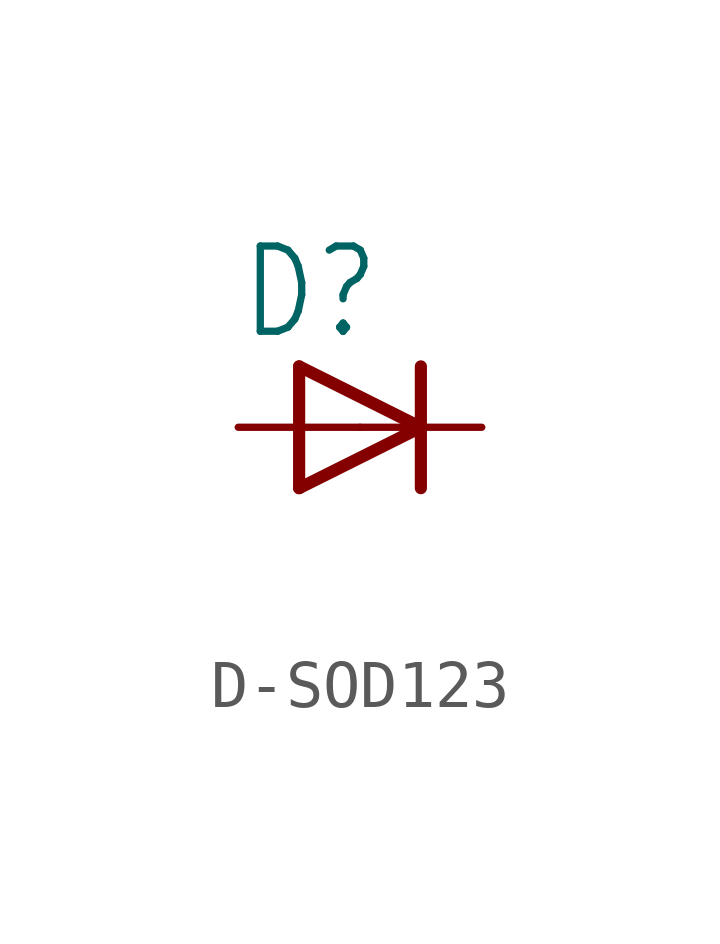
<source format=kicad_sym>
(kicad_symbol_lib
  (version 20220914)
  (generator kicad_symbol_editor)
  (symbol "D-SOD123"
    (property "Reference" "D"
      (at -2.54 1.778 0)
      (effects (font (size 1.778 1.511)) (justify left bottom)))
    (property "Value" ""
      (at -2.54 -3.683 0)
      (effects (font (size 1.778 1.511)) (justify left bottom)))
    (property "ki_locked" ""
      (at 0 0 0)
      (effects (font (size 1.27 1.27))))
    (symbol "D-SOD123_1_0"
      (polyline (pts (xy -1.27 -1.27) (xy 1.27 0)) (stroke (width 0.254) (type solid)) (fill (type none)))
      (polyline (pts (xy -1.27 1.27) (xy -1.27 -1.27)) (stroke (width 0.254) (type solid)) (fill (type none)))
      (polyline (pts (xy 1.27 0) (xy -1.27 1.27)) (stroke (width 0.254) (type solid)) (fill (type none)))
      (polyline (pts (xy 1.27 0) (xy 1.27 -1.27)) (stroke (width 0.254) (type solid)) (fill (type none)))
      (polyline (pts (xy 1.27 1.27) (xy 1.27 0)) (stroke (width 0.254) (type solid)) (fill (type none)))
      (pin passive line (at 2.54 0 180) (length 2.54) (name "C" (effects (font (size 0 0)))) (number "1" (effects (font (size 0 0)))))
      (pin passive line (at -2.54 0 0) (length 2.54) (name "A" (effects (font (size 0 0)))) (number "2" (effects (font (size 0 0))))))))
</source>
